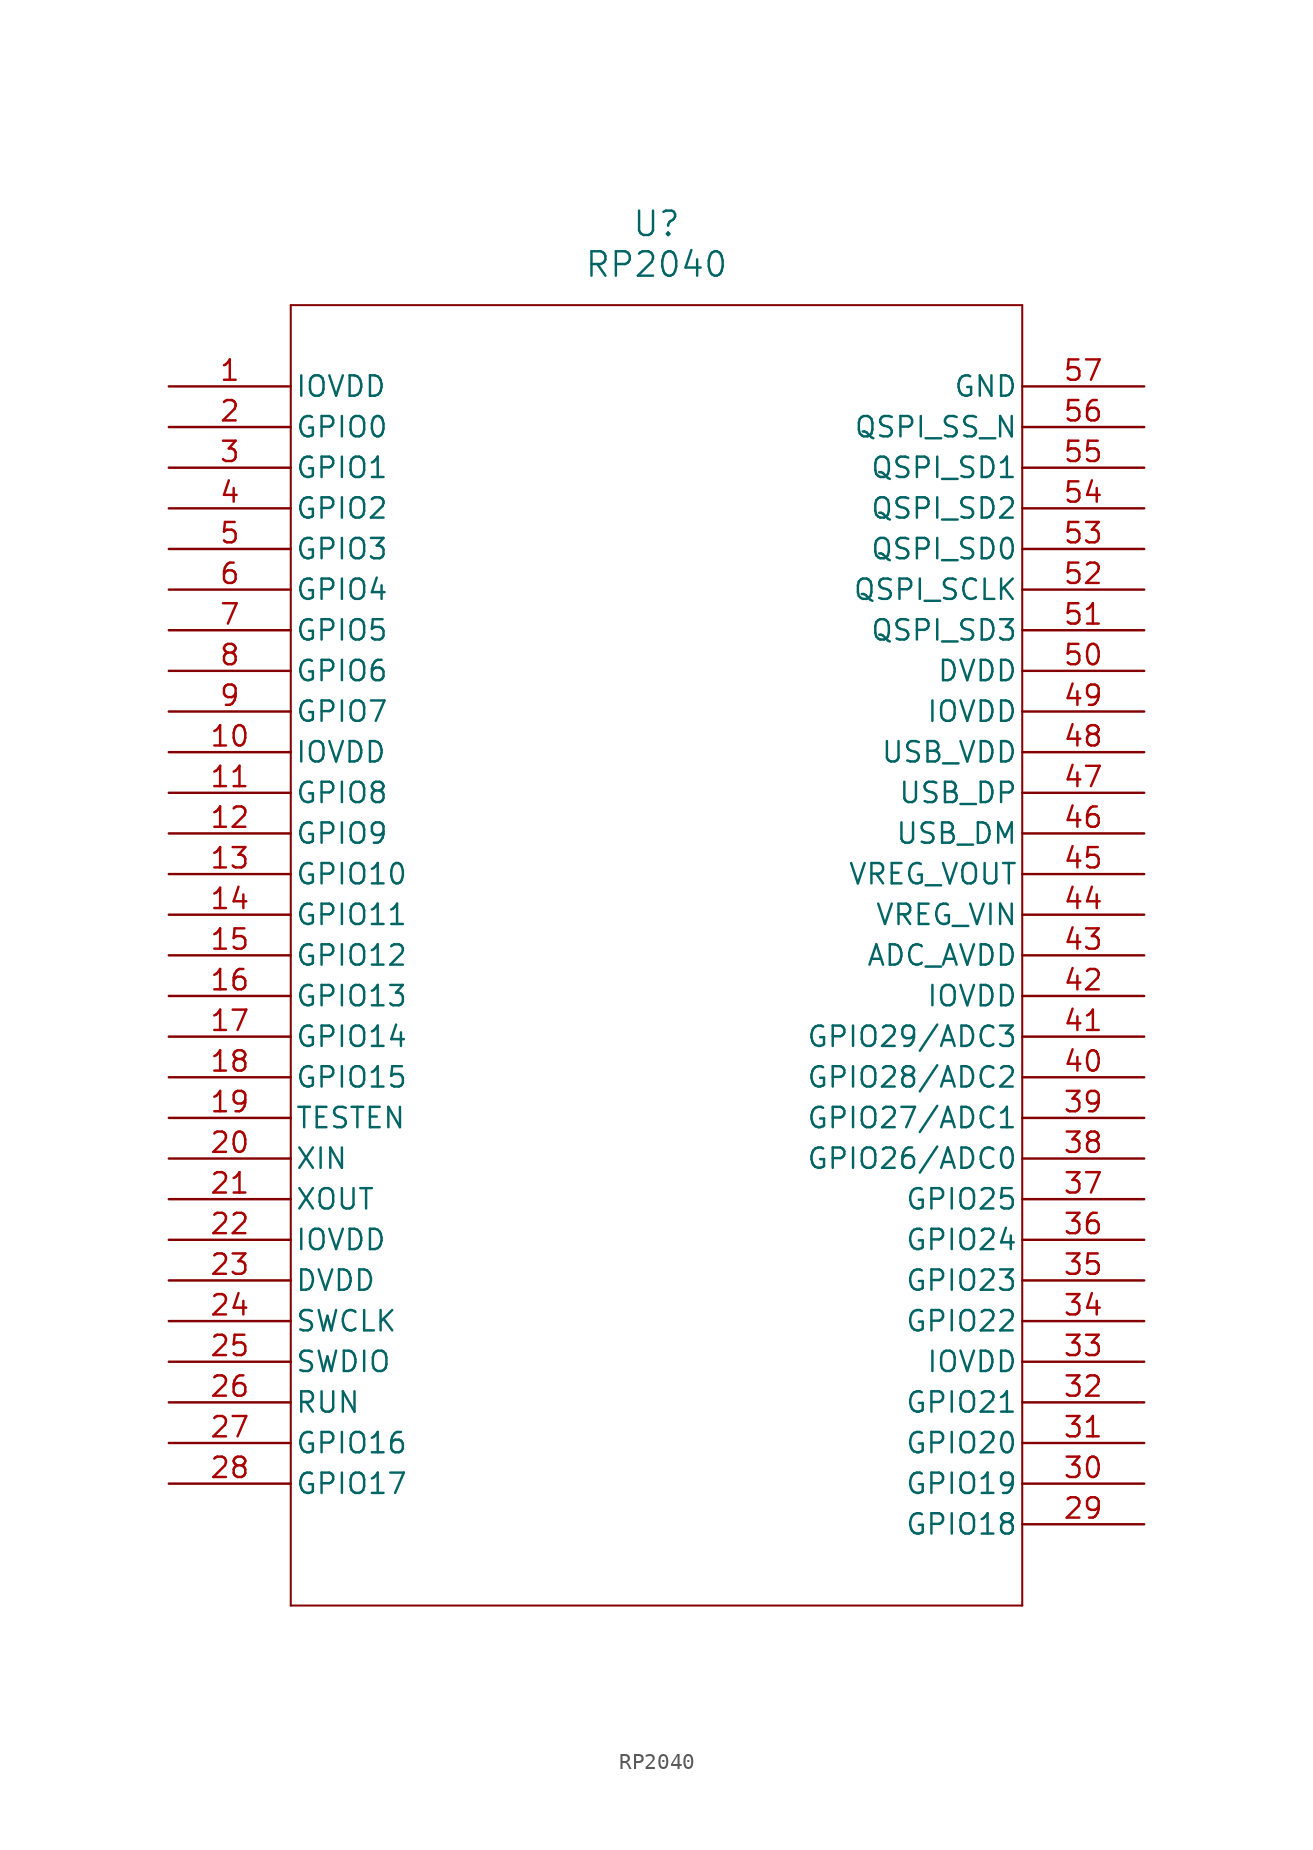
<source format=kicad_sym>
(kicad_symbol_lib
  (version 20231120)
  (generator "kicad_symbol_editor")
  (generator_version "8.0")
  (symbol "RP2040"
    (pin_names
      (offset 0.254))
    (property "Reference" "U"
      (at 30.48 10.16 0)
      (effects (font (size 1.524 1.524))))
    (property "Value" "RP2040"
      (at 30.48 7.62 0)
      (effects (font (size 1.524 1.524))))
    (property "ki_locked" ""
      (at 0 0 0)
      (effects (font (size 1.27 1.27))))
    (symbol "RP2040_1_1"
      (polyline (pts (xy 7.62 -76.2) (xy 53.34 -76.2)) (stroke (width 0.127) (type default)) (fill (type none)))
      (polyline (pts (xy 7.62 5.08) (xy 7.62 -76.2)) (stroke (width 0.127) (type default)) (fill (type none)))
      (polyline (pts (xy 53.34 -76.2) (xy 53.34 5.08)) (stroke (width 0.127) (type default)) (fill (type none)))
      (polyline (pts (xy 53.34 5.08) (xy 7.62 5.08)) (stroke (width 0.127) (type default)) (fill (type none)))
      (pin power_in line (at 0 0 0) (length 7.62) (name "IOVDD" (effects (font (size 1.27 1.27)))) (number "1" (effects (font (size 1.27 1.27)))))
      (pin power_in line (at 0 -22.86 0) (length 7.62) (name "IOVDD" (effects (font (size 1.27 1.27)))) (number "10" (effects (font (size 1.27 1.27)))))
      (pin bidirectional line (at 0 -25.4 0) (length 7.62) (name "GPIO8" (effects (font (size 1.27 1.27)))) (number "11" (effects (font (size 1.27 1.27)))))
      (pin bidirectional line (at 0 -27.94 0) (length 7.62) (name "GPIO9" (effects (font (size 1.27 1.27)))) (number "12" (effects (font (size 1.27 1.27)))))
      (pin bidirectional line (at 0 -30.48 0) (length 7.62) (name "GPIO10" (effects (font (size 1.27 1.27)))) (number "13" (effects (font (size 1.27 1.27)))))
      (pin bidirectional line (at 0 -33.02 0) (length 7.62) (name "GPIO11" (effects (font (size 1.27 1.27)))) (number "14" (effects (font (size 1.27 1.27)))))
      (pin bidirectional line (at 0 -35.56 0) (length 7.62) (name "GPIO12" (effects (font (size 1.27 1.27)))) (number "15" (effects (font (size 1.27 1.27)))))
      (pin bidirectional line (at 0 -38.1 0) (length 7.62) (name "GPIO13" (effects (font (size 1.27 1.27)))) (number "16" (effects (font (size 1.27 1.27)))))
      (pin bidirectional line (at 0 -40.64 0) (length 7.62) (name "GPIO14" (effects (font (size 1.27 1.27)))) (number "17" (effects (font (size 1.27 1.27)))))
      (pin bidirectional line (at 0 -43.18 0) (length 7.62) (name "GPIO15" (effects (font (size 1.27 1.27)))) (number "18" (effects (font (size 1.27 1.27)))))
      (pin unspecified line (at 0 -45.72 0) (length 7.62) (name "TESTEN" (effects (font (size 1.27 1.27)))) (number "19" (effects (font (size 1.27 1.27)))))
      (pin bidirectional line (at 0 -2.54 0) (length 7.62) (name "GPIO0" (effects (font (size 1.27 1.27)))) (number "2" (effects (font (size 1.27 1.27)))))
      (pin unspecified line (at 0 -48.26 0) (length 7.62) (name "XIN" (effects (font (size 1.27 1.27)))) (number "20" (effects (font (size 1.27 1.27)))))
      (pin output line (at 0 -50.8 0) (length 7.62) (name "XOUT" (effects (font (size 1.27 1.27)))) (number "21" (effects (font (size 1.27 1.27)))))
      (pin power_in line (at 0 -53.34 0) (length 7.62) (name "IOVDD" (effects (font (size 1.27 1.27)))) (number "22" (effects (font (size 1.27 1.27)))))
      (pin power_in line (at 0 -55.88 0) (length 7.62) (name "DVDD" (effects (font (size 1.27 1.27)))) (number "23" (effects (font (size 1.27 1.27)))))
      (pin unspecified line (at 0 -58.42 0) (length 7.62) (name "SWCLK" (effects (font (size 1.27 1.27)))) (number "24" (effects (font (size 1.27 1.27)))))
      (pin unspecified line (at 0 -60.96 0) (length 7.62) (name "SWDIO" (effects (font (size 1.27 1.27)))) (number "25" (effects (font (size 1.27 1.27)))))
      (pin unspecified line (at 0 -63.5 0) (length 7.62) (name "RUN" (effects (font (size 1.27 1.27)))) (number "26" (effects (font (size 1.27 1.27)))))
      (pin bidirectional line (at 0 -66.04 0) (length 7.62) (name "GPIO16" (effects (font (size 1.27 1.27)))) (number "27" (effects (font (size 1.27 1.27)))))
      (pin bidirectional line (at 0 -68.58 0) (length 7.62) (name "GPIO17" (effects (font (size 1.27 1.27)))) (number "28" (effects (font (size 1.27 1.27)))))
      (pin bidirectional line (at 60.96 -71.12 180) (length 7.62) (name "GPIO18" (effects (font (size 1.27 1.27)))) (number "29" (effects (font (size 1.27 1.27)))))
      (pin bidirectional line (at 0 -5.08 0) (length 7.62) (name "GPIO1" (effects (font (size 1.27 1.27)))) (number "3" (effects (font (size 1.27 1.27)))))
      (pin bidirectional line (at 60.96 -68.58 180) (length 7.62) (name "GPIO19" (effects (font (size 1.27 1.27)))) (number "30" (effects (font (size 1.27 1.27)))))
      (pin bidirectional line (at 60.96 -66.04 180) (length 7.62) (name "GPIO20" (effects (font (size 1.27 1.27)))) (number "31" (effects (font (size 1.27 1.27)))))
      (pin bidirectional line (at 60.96 -63.5 180) (length 7.62) (name "GPIO21" (effects (font (size 1.27 1.27)))) (number "32" (effects (font (size 1.27 1.27)))))
      (pin power_in line (at 60.96 -60.96 180) (length 7.62) (name "IOVDD" (effects (font (size 1.27 1.27)))) (number "33" (effects (font (size 1.27 1.27)))))
      (pin bidirectional line (at 60.96 -58.42 180) (length 7.62) (name "GPIO22" (effects (font (size 1.27 1.27)))) (number "34" (effects (font (size 1.27 1.27)))))
      (pin bidirectional line (at 60.96 -55.88 180) (length 7.62) (name "GPIO23" (effects (font (size 1.27 1.27)))) (number "35" (effects (font (size 1.27 1.27)))))
      (pin bidirectional line (at 60.96 -53.34 180) (length 7.62) (name "GPIO24" (effects (font (size 1.27 1.27)))) (number "36" (effects (font (size 1.27 1.27)))))
      (pin bidirectional line (at 60.96 -50.8 180) (length 7.62) (name "GPIO25" (effects (font (size 1.27 1.27)))) (number "37" (effects (font (size 1.27 1.27)))))
      (pin bidirectional line (at 60.96 -48.26 180) (length 7.62) (name "GPIO26/ADC0" (effects (font (size 1.27 1.27)))) (number "38" (effects (font (size 1.27 1.27)))))
      (pin bidirectional line (at 60.96 -45.72 180) (length 7.62) (name "GPIO27/ADC1" (effects (font (size 1.27 1.27)))) (number "39" (effects (font (size 1.27 1.27)))))
      (pin bidirectional line (at 0 -7.62 0) (length 7.62) (name "GPIO2" (effects (font (size 1.27 1.27)))) (number "4" (effects (font (size 1.27 1.27)))))
      (pin bidirectional line (at 60.96 -43.18 180) (length 7.62) (name "GPIO28/ADC2" (effects (font (size 1.27 1.27)))) (number "40" (effects (font (size 1.27 1.27)))))
      (pin bidirectional line (at 60.96 -40.64 180) (length 7.62) (name "GPIO29/ADC3" (effects (font (size 1.27 1.27)))) (number "41" (effects (font (size 1.27 1.27)))))
      (pin power_in line (at 60.96 -38.1 180) (length 7.62) (name "IOVDD" (effects (font (size 1.27 1.27)))) (number "42" (effects (font (size 1.27 1.27)))))
      (pin power_in line (at 60.96 -35.56 180) (length 7.62) (name "ADC_AVDD" (effects (font (size 1.27 1.27)))) (number "43" (effects (font (size 1.27 1.27)))))
      (pin unspecified line (at 60.96 -33.02 180) (length 7.62) (name "VREG_VIN" (effects (font (size 1.27 1.27)))) (number "44" (effects (font (size 1.27 1.27)))))
      (pin output line (at 60.96 -30.48 180) (length 7.62) (name "VREG_VOUT" (effects (font (size 1.27 1.27)))) (number "45" (effects (font (size 1.27 1.27)))))
      (pin unspecified line (at 60.96 -27.94 180) (length 7.62) (name "USB_DM" (effects (font (size 1.27 1.27)))) (number "46" (effects (font (size 1.27 1.27)))))
      (pin unspecified line (at 60.96 -25.4 180) (length 7.62) (name "USB_DP" (effects (font (size 1.27 1.27)))) (number "47" (effects (font (size 1.27 1.27)))))
      (pin power_in line (at 60.96 -22.86 180) (length 7.62) (name "USB_VDD" (effects (font (size 1.27 1.27)))) (number "48" (effects (font (size 1.27 1.27)))))
      (pin power_in line (at 60.96 -20.32 180) (length 7.62) (name "IOVDD" (effects (font (size 1.27 1.27)))) (number "49" (effects (font (size 1.27 1.27)))))
      (pin bidirectional line (at 0 -10.16 0) (length 7.62) (name "GPIO3" (effects (font (size 1.27 1.27)))) (number "5" (effects (font (size 1.27 1.27)))))
      (pin power_in line (at 60.96 -17.78 180) (length 7.62) (name "DVDD" (effects (font (size 1.27 1.27)))) (number "50" (effects (font (size 1.27 1.27)))))
      (pin bidirectional line (at 60.96 -15.24 180) (length 7.62) (name "QSPI_SD3" (effects (font (size 1.27 1.27)))) (number "51" (effects (font (size 1.27 1.27)))))
      (pin unspecified line (at 60.96 -12.7 180) (length 7.62) (name "QSPI_SCLK" (effects (font (size 1.27 1.27)))) (number "52" (effects (font (size 1.27 1.27)))))
      (pin bidirectional line (at 60.96 -10.16 180) (length 7.62) (name "QSPI_SD0" (effects (font (size 1.27 1.27)))) (number "53" (effects (font (size 1.27 1.27)))))
      (pin bidirectional line (at 60.96 -7.62 180) (length 7.62) (name "QSPI_SD2" (effects (font (size 1.27 1.27)))) (number "54" (effects (font (size 1.27 1.27)))))
      (pin bidirectional line (at 60.96 -5.08 180) (length 7.62) (name "QSPI_SD1" (effects (font (size 1.27 1.27)))) (number "55" (effects (font (size 1.27 1.27)))))
      (pin unspecified line (at 60.96 -2.54 180) (length 7.62) (name "QSPI_SS_N" (effects (font (size 1.27 1.27)))) (number "56" (effects (font (size 1.27 1.27)))))
      (pin power_out line (at 60.96 0 180) (length 7.62) (name "GND" (effects (font (size 1.27 1.27)))) (number "57" (effects (font (size 1.27 1.27)))))
      (pin bidirectional line (at 0 -12.7 0) (length 7.62) (name "GPIO4" (effects (font (size 1.27 1.27)))) (number "6" (effects (font (size 1.27 1.27)))))
      (pin bidirectional line (at 0 -15.24 0) (length 7.62) (name "GPIO5" (effects (font (size 1.27 1.27)))) (number "7" (effects (font (size 1.27 1.27)))))
      (pin bidirectional line (at 0 -17.78 0) (length 7.62) (name "GPIO6" (effects (font (size 1.27 1.27)))) (number "8" (effects (font (size 1.27 1.27)))))
      (pin bidirectional line (at 0 -20.32 0) (length 7.62) (name "GPIO7" (effects (font (size 1.27 1.27)))) (number "9" (effects (font (size 1.27 1.27))))))))
</source>
